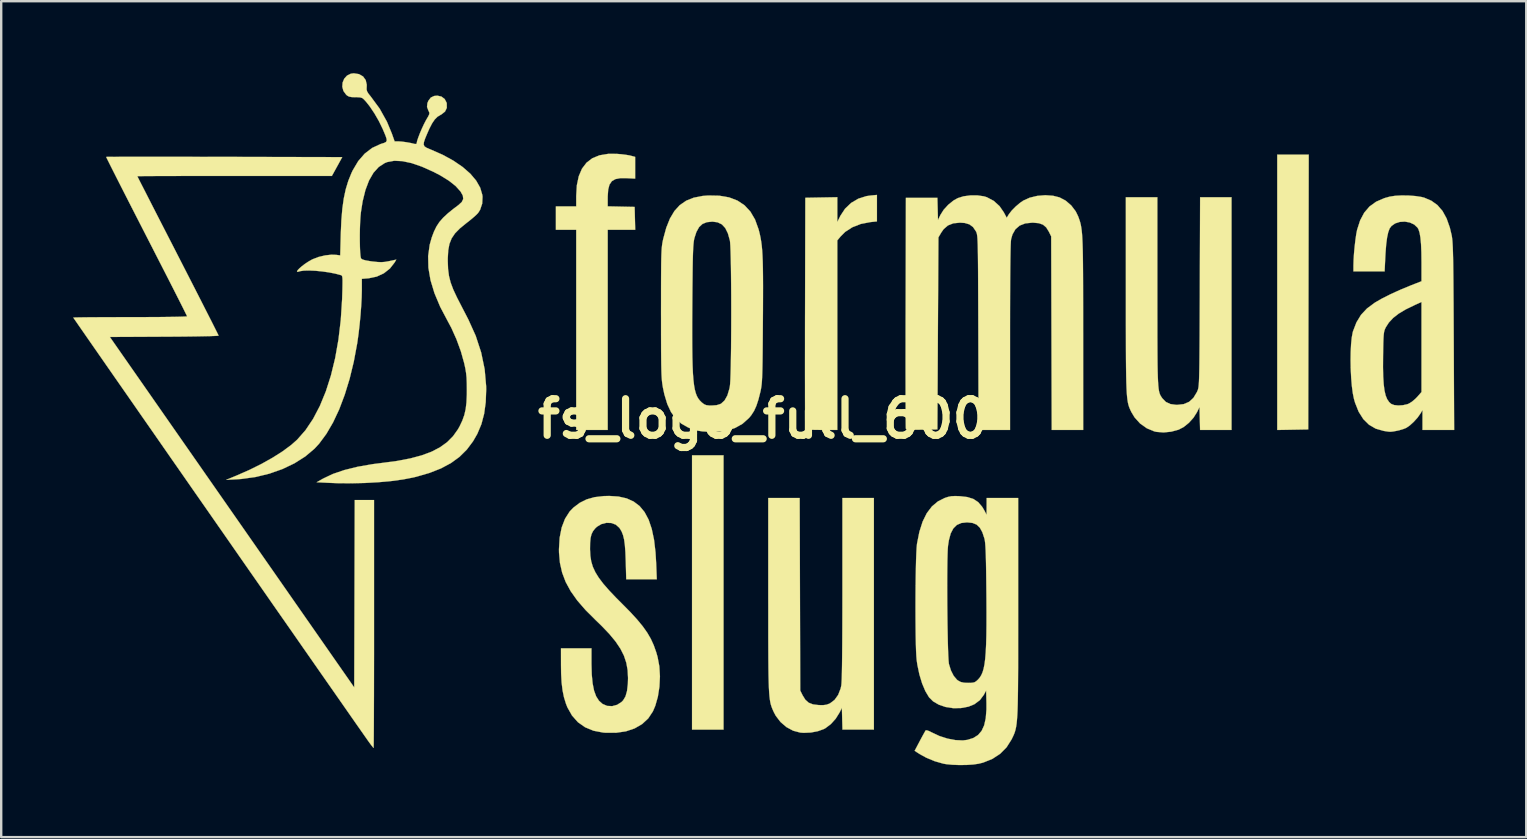
<source format=kicad_pcb>
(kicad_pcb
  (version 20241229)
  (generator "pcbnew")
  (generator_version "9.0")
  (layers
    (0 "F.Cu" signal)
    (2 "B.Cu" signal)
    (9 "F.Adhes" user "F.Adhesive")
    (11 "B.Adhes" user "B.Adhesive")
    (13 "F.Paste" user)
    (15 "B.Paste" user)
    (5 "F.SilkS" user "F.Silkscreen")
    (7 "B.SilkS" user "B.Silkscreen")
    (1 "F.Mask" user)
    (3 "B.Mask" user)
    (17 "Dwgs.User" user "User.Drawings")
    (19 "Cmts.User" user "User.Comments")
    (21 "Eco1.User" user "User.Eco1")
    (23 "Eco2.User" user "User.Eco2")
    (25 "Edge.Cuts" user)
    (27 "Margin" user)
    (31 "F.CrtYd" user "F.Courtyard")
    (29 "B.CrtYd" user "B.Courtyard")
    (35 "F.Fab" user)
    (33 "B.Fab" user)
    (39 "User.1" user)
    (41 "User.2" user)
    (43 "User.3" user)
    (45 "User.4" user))
  (footprint "fs_logo_full_600"
    (layer "F.Cu")
    (at 28.749 14.398)
    (property "Reference" "fs_logo_full_600" (at 0 0 0) (layer "F.SilkS") (effects (font (size 1.524 1.524) (thickness 0.3))))
    (attr through_hole)
    (fp_poly (pts (xy -1.651 12.954) (xy -2.963 12.954) (xy -2.963 1.524) (xy -1.651 1.524) (xy -1.651 12.954)) (stroke (width 0.01) (type solid)) (fill yes) (layer "F.SilkS"))
    (fp_poly (pts (xy 22.723 -5.281) (xy 22.712 0.445) (xy 21.421 0.468) (xy 21.421 -11.007) (xy 22.733 -11.007) (xy 22.723 -5.281)) (stroke (width 0.01) (type solid)) (fill yes) (layer "F.SilkS"))
    (fp_poly (pts (xy -5.916 -11.022) (xy -5.721 -10.998) (xy -5.566 -10.972) (xy -5.535 -10.964) (xy -5.334 -10.912) (xy -5.334 -10.006) (xy -5.688 -10.024) (xy -5.957 -10.024) (xy -6.16 -9.984) (xy -6.306 -9.897) (xy -6.403 -9.755) (xy -6.457 -9.551) (xy -6.476 -9.274) (xy -6.477 -9.208) (xy -6.477 -8.85) (xy -5.916 -8.838) (xy -5.355 -8.826) (xy -5.331 -7.874) (xy -6.477 -7.874) (xy -6.477 0.466) (xy -7.789 0.466) (xy -7.789 -7.874) (xy -8.636 -7.874) (xy -8.636 -8.848) (xy -7.789 -8.848) (xy -7.789 -9.283) (xy -7.763 -9.728) (xy -7.683 -10.106) (xy -7.549 -10.42) (xy -7.36 -10.669) (xy -7.117 -10.855) (xy -6.818 -10.977) (xy -6.463 -11.036) (xy -6.117 -11.038) (xy -5.916 -11.022)) (stroke (width 0.01) (type solid)) (fill yes) (layer "F.SilkS"))
    (fp_poly (pts (xy 4.741 -8.223) (xy 4.462 -8.193) (xy 4.065 -8.116) (xy 3.714 -7.978) (xy 3.415 -7.784) (xy 3.221 -7.589) (xy 3.09 -7.431) (xy 3.09 0.466) (xy 2.433 0.466) (xy 2.163 0.464) (xy 1.969 0.457) (xy 1.842 0.446) (xy 1.773 0.429) (xy 1.755 0.413) (xy 1.753 0.364) (xy 1.75 0.236) (xy 1.748 0.035) (xy 1.747 -0.235) (xy 1.745 -0.568) (xy 1.744 -0.959) (xy 1.744 -1.402) (xy 1.743 -1.891) (xy 1.743 -2.423) (xy 1.744 -2.99) (xy 1.744 -3.587) (xy 1.745 -4.21) (xy 1.746 -4.424) (xy 1.757 -9.207) (xy 2.424 -9.219) (xy 3.09 -9.231) (xy 3.09 -8.199) (xy 3.218 -8.456) (xy 3.412 -8.751) (xy 3.664 -8.992) (xy 3.964 -9.169) (xy 4.301 -9.276) (xy 4.462 -9.299) (xy 4.741 -9.326) (xy 4.741 -8.223)) (stroke (width 0.01) (type solid)) (fill yes) (layer "F.SilkS"))
    (fp_poly (pts (xy 1.534 7.313) (xy 1.545 11.324) (xy 1.645 11.526) (xy 1.76 11.711) (xy 1.897 11.832) (xy 2.076 11.902) (xy 2.311 11.931) (xy 2.495 11.934) (xy 2.629 11.918) (xy 2.748 11.876) (xy 2.789 11.856) (xy 2.976 11.715) (xy 3.125 11.507) (xy 3.227 11.245) (xy 3.256 11.118) (xy 3.265 11.02) (xy 3.274 10.844) (xy 3.281 10.588) (xy 3.287 10.251) (xy 3.292 9.832) (xy 3.296 9.332) (xy 3.299 8.75) (xy 3.301 8.084) (xy 3.302 7.334) (xy 3.302 7.077) (xy 3.302 3.302) (xy 4.614 3.302) (xy 4.614 12.954) (xy 3.305 12.954) (xy 3.293 12.499) (xy 3.281 12.044) (xy 3.184 12.241) (xy 3.023 12.499) (xy 2.819 12.725) (xy 2.592 12.896) (xy 2.526 12.931) (xy 2.278 13.02) (xy 1.987 13.075) (xy 1.69 13.088) (xy 1.545 13.077) (xy 1.25 12.999) (xy 0.971 12.849) (xy 0.724 12.637) (xy 0.525 12.377) (xy 0.445 12.227) (xy 0.408 12.145) (xy 0.375 12.068) (xy 0.346 11.99) (xy 0.32 11.907) (xy 0.298 11.812) (xy 0.28 11.701) (xy 0.264 11.569) (xy 0.251 11.409) (xy 0.24 11.217) (xy 0.232 10.986) (xy 0.225 10.713) (xy 0.22 10.391) (xy 0.217 10.014) (xy 0.215 9.579) (xy 0.213 9.078) (xy 0.213 8.508) (xy 0.213 7.862) (xy 0.212 7.355) (xy 0.212 3.302) (xy 1.522 3.302) (xy 1.534 7.313)) (stroke (width 0.01) (type solid)) (fill yes) (layer "F.SilkS"))
    (fp_poly (pts (xy 16.425 -5.298) (xy 16.425 -4.614) (xy 16.426 -4.008) (xy 16.426 -3.477) (xy 16.428 -3.015) (xy 16.43 -2.616) (xy 16.433 -2.276) (xy 16.438 -1.988) (xy 16.445 -1.749) (xy 16.454 -1.551) (xy 16.464 -1.391) (xy 16.477 -1.263) (xy 16.493 -1.161) (xy 16.512 -1.081) (xy 16.534 -1.017) (xy 16.56 -0.964) (xy 16.589 -0.916) (xy 16.622 -0.868) (xy 16.635 -0.849) (xy 16.782 -0.699) (xy 16.972 -0.611) (xy 17.217 -0.578) (xy 17.251 -0.578) (xy 17.523 -0.609) (xy 17.747 -0.704) (xy 17.927 -0.868) (xy 18.071 -1.106) (xy 18.109 -1.193) (xy 18.121 -1.229) (xy 18.132 -1.275) (xy 18.142 -1.337) (xy 18.15 -1.418) (xy 18.158 -1.526) (xy 18.164 -1.664) (xy 18.169 -1.839) (xy 18.174 -2.055) (xy 18.178 -2.318) (xy 18.181 -2.632) (xy 18.184 -3.005) (xy 18.187 -3.439) (xy 18.189 -3.942) (xy 18.191 -4.518) (xy 18.194 -5.172) (xy 18.194 -5.302) (xy 18.207 -9.229) (xy 19.516 -9.229) (xy 19.516 0.466) (xy 18.206 0.466) (xy 18.194 -0.011) (xy 18.182 -0.487) (xy 18.078 -0.275) (xy 17.933 -0.045) (xy 17.741 0.169) (xy 17.523 0.344) (xy 17.313 0.455) (xy 17.003 0.539) (xy 16.684 0.571) (xy 16.387 0.547) (xy 16.298 0.527) (xy 15.987 0.398) (xy 15.708 0.2) (xy 15.476 -0.057) (xy 15.344 -0.276) (xy 15.307 -0.352) (xy 15.275 -0.424) (xy 15.246 -0.497) (xy 15.221 -0.578) (xy 15.199 -0.671) (xy 15.181 -0.781) (xy 15.165 -0.914) (xy 15.152 -1.075) (xy 15.142 -1.269) (xy 15.133 -1.503) (xy 15.127 -1.78) (xy 15.122 -2.106) (xy 15.118 -2.487) (xy 15.116 -2.928) (xy 15.115 -3.434) (xy 15.114 -4.011) (xy 15.114 -4.663) (xy 15.114 -5.154) (xy 15.113 -9.229) (xy 16.425 -9.229) (xy 16.425 -5.298)) (stroke (width 0.01) (type solid)) (fill yes) (layer "F.SilkS"))
    (fp_poly (pts (xy -6.029 3.242) (xy -5.69 3.318) (xy -5.397 3.45) (xy -5.148 3.639) (xy -4.941 3.889) (xy -4.773 4.204) (xy -4.643 4.587) (xy -4.547 5.04) (xy -4.485 5.567) (xy -4.458 6.022) (xy -4.432 6.689) (xy -5.705 6.689) (xy -5.726 5.916) (xy -5.74 5.555) (xy -5.762 5.265) (xy -5.793 5.035) (xy -5.838 4.851) (xy -5.897 4.7) (xy -5.974 4.571) (xy -5.995 4.542) (xy -6.142 4.412) (xy -6.328 4.344) (xy -6.533 4.337) (xy -6.739 4.389) (xy -6.926 4.501) (xy -7.002 4.573) (xy -7.092 4.689) (xy -7.153 4.815) (xy -7.191 4.969) (xy -7.21 5.17) (xy -7.214 5.435) (xy -7.213 5.461) (xy -7.2 5.714) (xy -7.163 5.947) (xy -7.096 6.171) (xy -6.993 6.394) (xy -6.85 6.625) (xy -6.661 6.875) (xy -6.42 7.151) (xy -6.122 7.465) (xy -5.885 7.702) (xy -5.539 8.052) (xy -5.253 8.364) (xy -5.019 8.647) (xy -4.83 8.914) (xy -4.678 9.176) (xy -4.556 9.445) (xy -4.455 9.731) (xy -4.399 9.927) (xy -4.326 10.316) (xy -4.301 10.736) (xy -4.322 11.165) (xy -4.387 11.581) (xy -4.494 11.959) (xy -4.593 12.192) (xy -4.787 12.485) (xy -5.043 12.722) (xy -5.355 12.903) (xy -5.718 13.025) (xy -6.129 13.085) (xy -6.582 13.083) (xy -6.668 13.076) (xy -7.068 13) (xy -7.418 12.856) (xy -7.718 12.645) (xy -7.964 12.368) (xy -8.157 12.026) (xy -8.219 11.868) (xy -8.3 11.603) (xy -8.358 11.319) (xy -8.397 10.998) (xy -8.418 10.624) (xy -8.423 10.276) (xy -8.424 9.567) (xy -7.154 9.567) (xy -7.154 10.213) (xy -7.142 10.658) (xy -7.106 11.028) (xy -7.046 11.329) (xy -6.958 11.568) (xy -6.841 11.75) (xy -6.693 11.883) (xy -6.693 11.883) (xy -6.501 11.965) (xy -6.29 11.976) (xy -6.081 11.919) (xy -5.896 11.798) (xy -5.833 11.733) (xy -5.736 11.57) (xy -5.672 11.344) (xy -5.637 11.049) (xy -5.63 10.802) (xy -5.647 10.474) (xy -5.702 10.168) (xy -5.8 9.874) (xy -5.946 9.584) (xy -6.146 9.286) (xy -6.405 8.972) (xy -6.729 8.633) (xy -6.981 8.389) (xy -7.401 7.97) (xy -7.746 7.572) (xy -8.02 7.185) (xy -8.229 6.801) (xy -8.376 6.411) (xy -8.467 6.007) (xy -8.506 5.579) (xy -8.508 5.44) (xy -8.479 4.956) (xy -8.395 4.531) (xy -8.255 4.167) (xy -8.062 3.865) (xy -7.913 3.709) (xy -7.646 3.506) (xy -7.356 3.361) (xy -7.027 3.268) (xy -6.645 3.223) (xy -6.416 3.217) (xy -6.029 3.242)) (stroke (width 0.01) (type solid)) (fill yes) (layer "F.SilkS"))
    (fp_poly (pts (xy 12.08 -9.291) (xy 12.349 -9.223) (xy 12.605 -9.088) (xy 12.837 -8.888) (xy 13.023 -8.643) (xy 13.122 -8.441) (xy 13.156 -8.35) (xy 13.186 -8.264) (xy 13.213 -8.175) (xy 13.236 -8.08) (xy 13.255 -7.973) (xy 13.272 -7.848) (xy 13.287 -7.7) (xy 13.298 -7.523) (xy 13.308 -7.312) (xy 13.316 -7.062) (xy 13.322 -6.766) (xy 13.326 -6.42) (xy 13.329 -6.019) (xy 13.331 -5.555) (xy 13.332 -5.025) (xy 13.333 -4.423) (xy 13.333 -3.743) (xy 13.334 -3.545) (xy 13.335 0.466) (xy 12.024 0.466) (xy 12.013 -3.567) (xy 12.002 -7.599) (xy 11.903 -7.798) (xy 11.795 -7.971) (xy 11.663 -8.085) (xy 11.489 -8.148) (xy 11.256 -8.169) (xy 11.213 -8.17) (xy 10.922 -8.14) (xy 10.689 -8.049) (xy 10.512 -7.897) (xy 10.389 -7.68) (xy 10.333 -7.489) (xy 10.323 -7.404) (xy 10.315 -7.238) (xy 10.308 -6.99) (xy 10.302 -6.661) (xy 10.297 -6.249) (xy 10.293 -5.755) (xy 10.29 -5.178) (xy 10.288 -4.517) (xy 10.287 -3.773) (xy 10.287 -3.406) (xy 10.287 0.466) (xy 8.976 0.466) (xy 8.965 -3.588) (xy 8.963 -4.264) (xy 8.961 -4.861) (xy 8.959 -5.383) (xy 8.957 -5.837) (xy 8.955 -6.226) (xy 8.952 -6.557) (xy 8.949 -6.835) (xy 8.945 -7.064) (xy 8.941 -7.25) (xy 8.935 -7.399) (xy 8.929 -7.515) (xy 8.921 -7.603) (xy 8.912 -7.669) (xy 8.902 -7.719) (xy 8.89 -7.756) (xy 8.877 -7.787) (xy 8.865 -7.811) (xy 8.745 -7.987) (xy 8.595 -8.099) (xy 8.399 -8.157) (xy 8.2 -8.17) (xy 7.923 -8.143) (xy 7.701 -8.055) (xy 7.523 -7.903) (xy 7.42 -7.756) (xy 7.303 -7.556) (xy 7.281 -3.556) (xy 7.26 0.445) (xy 6.614 0.456) (xy 6.351 0.459) (xy 6.163 0.457) (xy 6.039 0.448) (xy 5.97 0.433) (xy 5.947 0.414) (xy 5.944 0.365) (xy 5.942 0.237) (xy 5.94 0.036) (xy 5.938 -0.235) (xy 5.937 -0.568) (xy 5.935 -0.959) (xy 5.935 -1.402) (xy 5.934 -1.891) (xy 5.934 -2.423) (xy 5.935 -2.99) (xy 5.935 -3.587) (xy 5.936 -4.21) (xy 5.937 -4.424) (xy 5.948 -9.207) (xy 7.26 -9.207) (xy 7.272 -8.743) (xy 7.284 -8.279) (xy 7.384 -8.489) (xy 7.52 -8.705) (xy 7.711 -8.915) (xy 7.93 -9.092) (xy 8.107 -9.192) (xy 8.348 -9.268) (xy 8.633 -9.306) (xy 8.926 -9.307) (xy 9.197 -9.268) (xy 9.32 -9.231) (xy 9.608 -9.078) (xy 9.851 -8.858) (xy 10.028 -8.601) (xy 10.149 -8.375) (xy 10.239 -8.522) (xy 10.357 -8.674) (xy 10.521 -8.841) (xy 10.703 -8.995) (xy 10.837 -9.088) (xy 11.106 -9.21) (xy 11.421 -9.286) (xy 11.755 -9.314) (xy 12.08 -9.291)) (stroke (width 0.01) (type solid)) (fill yes) (layer "F.SilkS"))
    (fp_poly (pts (xy 26.897 -9.3) (xy 27.182 -9.279) (xy 27.429 -9.241) (xy 27.544 -9.212) (xy 27.845 -9.083) (xy 28.098 -8.9) (xy 28.308 -8.656) (xy 28.478 -8.346) (xy 28.612 -7.966) (xy 28.688 -7.649) (xy 28.7 -7.581) (xy 28.71 -7.5) (xy 28.72 -7.402) (xy 28.728 -7.28) (xy 28.736 -7.129) (xy 28.742 -6.944) (xy 28.748 -6.719) (xy 28.753 -6.449) (xy 28.757 -6.128) (xy 28.761 -5.751) (xy 28.764 -5.312) (xy 28.768 -4.806) (xy 28.771 -4.228) (xy 28.774 -3.572) (xy 28.775 -3.418) (xy 28.792 0.466) (xy 27.474 0.466) (xy 27.474 -0.36) (xy 27.385 -0.212) (xy 27.266 -0.044) (xy 27.111 0.127) (xy 26.948 0.276) (xy 26.801 0.378) (xy 26.796 0.381) (xy 26.668 0.432) (xy 26.502 0.481) (xy 26.396 0.504) (xy 26.256 0.53) (xy 26.16 0.541) (xy 26.075 0.54) (xy 25.965 0.525) (xy 25.851 0.506) (xy 25.525 0.413) (xy 25.245 0.25) (xy 25.008 0.016) (xy 24.814 -0.29) (xy 24.663 -0.669) (xy 24.618 -0.826) (xy 24.569 -1.067) (xy 24.53 -1.365) (xy 24.502 -1.703) (xy 24.484 -2.062) (xy 24.482 -2.15) (xy 25.828 -2.15) (xy 25.836 -1.758) (xy 25.857 -1.436) (xy 25.89 -1.176) (xy 25.938 -0.97) (xy 26.003 -0.812) (xy 26.084 -0.694) (xy 26.171 -0.617) (xy 26.294 -0.57) (xy 26.466 -0.552) (xy 26.658 -0.564) (xy 26.838 -0.604) (xy 26.904 -0.63) (xy 27.028 -0.706) (xy 27.165 -0.82) (xy 27.254 -0.91) (xy 27.432 -1.113) (xy 27.432 -4.865) (xy 27.156 -4.741) (xy 26.781 -4.559) (xy 26.481 -4.38) (xy 26.247 -4.197) (xy 26.068 -4.003) (xy 25.945 -3.81) (xy 25.914 -3.745) (xy 25.889 -3.68) (xy 25.871 -3.603) (xy 25.858 -3.5) (xy 25.848 -3.361) (xy 25.841 -3.173) (xy 25.836 -2.923) (xy 25.831 -2.618) (xy 25.828 -2.15) (xy 24.482 -2.15) (xy 24.477 -2.428) (xy 24.482 -2.781) (xy 24.498 -3.106) (xy 24.526 -3.385) (xy 24.566 -3.602) (xy 24.577 -3.641) (xy 24.721 -4.015) (xy 24.912 -4.329) (xy 25.163 -4.597) (xy 25.485 -4.835) (xy 25.502 -4.846) (xy 25.793 -5.013) (xy 26.149 -5.192) (xy 26.554 -5.376) (xy 26.989 -5.556) (xy 27.019 -5.568) (xy 27.432 -5.729) (xy 27.432 -6.516) (xy 27.427 -6.934) (xy 27.413 -7.274) (xy 27.388 -7.543) (xy 27.353 -7.747) (xy 27.306 -7.893) (xy 27.269 -7.959) (xy 27.127 -8.093) (xy 26.943 -8.178) (xy 26.737 -8.214) (xy 26.527 -8.201) (xy 26.336 -8.14) (xy 26.181 -8.032) (xy 26.104 -7.928) (xy 26.046 -7.773) (xy 25.998 -7.551) (xy 25.96 -7.259) (xy 25.932 -6.89) (xy 25.923 -6.725) (xy 25.895 -6.138) (xy 24.596 -6.138) (xy 24.596 -6.382) (xy 24.603 -6.615) (xy 24.62 -6.888) (xy 24.647 -7.176) (xy 24.679 -7.454) (xy 24.714 -7.697) (xy 24.749 -7.874) (xy 24.875 -8.265) (xy 25.045 -8.586) (xy 25.266 -8.844) (xy 25.543 -9.044) (xy 25.882 -9.191) (xy 26.109 -9.255) (xy 26.332 -9.289) (xy 26.604 -9.304) (xy 26.897 -9.3)) (stroke (width 0.01) (type solid)) (fill yes) (layer "F.SilkS"))
    (fp_poly (pts (xy -1.824 -9.293) (xy -1.419 -9.223) (xy -1.07 -9.09) (xy -0.775 -8.893) (xy -0.531 -8.63) (xy -0.338 -8.301) (xy -0.194 -7.903) (xy -0.173 -7.826) (xy -0.137 -7.679) (xy -0.107 -7.533) (xy -0.081 -7.381) (xy -0.059 -7.216) (xy -0.042 -7.029) (xy -0.029 -6.815) (xy -0.018 -6.566) (xy -0.011 -6.273) (xy -0.007 -5.931) (xy -0.005 -5.531) (xy -0.006 -5.067) (xy -0.008 -4.531) (xy -0.011 -4.085) (xy -0.015 -3.549) (xy -0.018 -3.091) (xy -0.022 -2.703) (xy -0.026 -2.377) (xy -0.031 -2.108) (xy -0.037 -1.886) (xy -0.044 -1.706) (xy -0.052 -1.56) (xy -0.062 -1.441) (xy -0.074 -1.341) (xy -0.088 -1.254) (xy -0.104 -1.171) (xy -0.115 -1.122) (xy -0.198 -0.795) (xy -0.284 -0.535) (xy -0.38 -0.325) (xy -0.494 -0.148) (xy -0.592 -0.03) (xy -0.861 0.211) (xy -1.17 0.384) (xy -1.485 0.485) (xy -1.712 0.522) (xy -1.982 0.542) (xy -2.265 0.543) (xy -2.531 0.527) (xy -2.75 0.493) (xy -2.783 0.485) (xy -3.123 0.366) (xy -3.409 0.204) (xy -3.646 -0.008) (xy -3.839 -0.278) (xy -3.994 -0.61) (xy -4.116 -1.014) (xy -4.175 -1.291) (xy -4.191 -1.384) (xy -4.205 -1.479) (xy -4.217 -1.584) (xy -4.227 -1.707) (xy -4.235 -1.854) (xy -4.241 -2.033) (xy -4.246 -2.25) (xy -4.249 -2.513) (xy -4.252 -2.83) (xy -4.253 -3.207) (xy -4.254 -3.513) (xy -2.957 -3.513) (xy -2.955 -3.011) (xy -2.95 -2.577) (xy -2.94 -2.205) (xy -2.926 -1.889) (xy -2.906 -1.623) (xy -2.88 -1.402) (xy -2.848 -1.219) (xy -2.808 -1.07) (xy -2.762 -0.948) (xy -2.707 -0.849) (xy -2.643 -0.765) (xy -2.57 -0.691) (xy -2.558 -0.68) (xy -2.463 -0.606) (xy -2.373 -0.567) (xy -2.254 -0.552) (xy -2.147 -0.55) (xy -1.939 -0.565) (xy -1.786 -0.613) (xy -1.748 -0.633) (xy -1.605 -0.766) (xy -1.491 -0.971) (xy -1.406 -1.253) (xy -1.389 -1.338) (xy -1.377 -1.444) (xy -1.366 -1.625) (xy -1.357 -1.872) (xy -1.349 -2.176) (xy -1.343 -2.528) (xy -1.337 -2.919) (xy -1.334 -3.34) (xy -1.331 -3.781) (xy -1.33 -4.235) (xy -1.33 -4.691) (xy -1.331 -5.141) (xy -1.334 -5.576) (xy -1.338 -5.987) (xy -1.343 -6.364) (xy -1.35 -6.7) (xy -1.358 -6.984) (xy -1.367 -7.208) (xy -1.378 -7.363) (xy -1.386 -7.427) (xy -1.47 -7.726) (xy -1.58 -7.948) (xy -1.722 -8.1) (xy -1.902 -8.186) (xy -2.115 -8.213) (xy -2.347 -8.19) (xy -2.529 -8.116) (xy -2.671 -7.983) (xy -2.781 -7.783) (xy -2.863 -7.532) (xy -2.878 -7.466) (xy -2.891 -7.386) (xy -2.902 -7.287) (xy -2.912 -7.161) (xy -2.92 -7.002) (xy -2.927 -6.801) (xy -2.933 -6.554) (xy -2.938 -6.252) (xy -2.942 -5.888) (xy -2.947 -5.457) (xy -2.951 -4.95) (xy -2.952 -4.741) (xy -2.956 -4.088) (xy -2.957 -3.513) (xy -4.254 -3.513) (xy -4.254 -3.651) (xy -4.254 -4.17) (xy -4.255 -4.403) (xy -4.254 -4.948) (xy -4.254 -5.415) (xy -4.253 -5.813) (xy -4.251 -6.146) (xy -4.249 -6.424) (xy -4.245 -6.652) (xy -4.24 -6.838) (xy -4.233 -6.989) (xy -4.225 -7.113) (xy -4.214 -7.215) (xy -4.202 -7.304) (xy -4.187 -7.386) (xy -4.169 -7.469) (xy -4.164 -7.493) (xy -4.038 -7.956) (xy -3.884 -8.342) (xy -3.697 -8.656) (xy -3.473 -8.902) (xy -3.206 -9.086) (xy -2.892 -9.211) (xy -2.526 -9.283) (xy -2.286 -9.302) (xy -1.824 -9.293)) (stroke (width 0.01) (type solid)) (fill yes) (layer "F.SilkS"))
    (fp_poly (pts (xy -25.102 -10.915) (xy -24.571 -10.915) (xy -24.004 -10.914) (xy -23.404 -10.913) (xy -22.778 -10.912) (xy -22.45 -10.912) (xy -17.539 -10.901) (xy -17.754 -10.509) (xy -17.97 -10.118) (xy -22.023 -10.118) (xy -22.601 -10.118) (xy -23.155 -10.117) (xy -23.678 -10.117) (xy -24.164 -10.116) (xy -24.609 -10.115) (xy -25.006 -10.114) (xy -25.349 -10.113) (xy -25.633 -10.111) (xy -25.852 -10.11) (xy -26 -10.108) (xy -26.072 -10.106) (xy -26.077 -10.106) (xy -26.058 -10.067) (xy -26.004 -9.959) (xy -25.916 -9.786) (xy -25.797 -9.554) (xy -25.651 -9.268) (xy -25.481 -8.934) (xy -25.288 -8.557) (xy -25.076 -8.143) (xy -24.847 -7.697) (xy -24.604 -7.224) (xy -24.384 -6.795) (xy -24.132 -6.302) (xy -23.891 -5.832) (xy -23.664 -5.388) (xy -23.454 -4.977) (xy -23.264 -4.603) (xy -23.096 -4.273) (xy -22.953 -3.992) (xy -22.839 -3.764) (xy -22.755 -3.597) (xy -22.705 -3.494) (xy -22.691 -3.462) (xy -22.732 -3.456) (xy -22.85 -3.45) (xy -23.037 -3.443) (xy -23.285 -3.438) (xy -23.588 -3.432) (xy -23.936 -3.427) (xy -24.322 -3.423) (xy -24.739 -3.42) (xy -24.956 -3.419) (xy -27.222 -3.408) (xy -22.13 3.894) (xy -17.039 11.196) (xy -17.028 7.291) (xy -17.018 3.387) (xy -16.214 3.387) (xy -16.214 8.551) (xy -16.214 9.205) (xy -16.214 9.835) (xy -16.215 10.436) (xy -16.216 11.002) (xy -16.217 11.529) (xy -16.219 12.012) (xy -16.22 12.445) (xy -16.222 12.824) (xy -16.224 13.142) (xy -16.226 13.396) (xy -16.228 13.579) (xy -16.231 13.687) (xy -16.233 13.716) (xy -16.264 13.684) (xy -16.331 13.599) (xy -16.42 13.479) (xy -16.44 13.451) (xy -16.509 13.353) (xy -16.622 13.192) (xy -16.775 12.973) (xy -16.968 12.698) (xy -17.196 12.371) (xy -17.458 11.995) (xy -17.751 11.575) (xy -18.073 11.114) (xy -18.421 10.616) (xy -18.792 10.083) (xy -19.185 9.52) (xy -19.596 8.929) (xy -20.024 8.316) (xy -20.466 7.683) (xy -20.918 7.033) (xy -21.38 6.371) (xy -21.848 5.699) (xy -22.319 5.022) (xy -22.792 4.343) (xy -23.264 3.665) (xy -23.733 2.993) (xy -24.195 2.329) (xy -24.649 1.678) (xy -25.091 1.042) (xy -25.52 0.425) (xy -25.934 -0.169) (xy -26.328 -0.736) (xy -26.702 -1.273) (xy -27.053 -1.777) (xy -27.377 -2.243) (xy -27.673 -2.669) (xy -27.939 -3.051) (xy -28.171 -3.385) (xy -28.367 -3.668) (xy -28.525 -3.895) (xy -28.642 -4.065) (xy -28.716 -4.172) (xy -28.744 -4.214) (xy -28.744 -4.214) (xy -28.703 -4.218) (xy -28.585 -4.221) (xy -28.397 -4.224) (xy -28.148 -4.227) (xy -27.844 -4.229) (xy -27.493 -4.231) (xy -27.103 -4.232) (xy -26.681 -4.233) (xy -26.374 -4.233) (xy -25.934 -4.234) (xy -25.522 -4.236) (xy -25.143 -4.238) (xy -24.805 -4.242) (xy -24.517 -4.246) (xy -24.286 -4.251) (xy -24.118 -4.257) (xy -24.023 -4.263) (xy -24.003 -4.268) (xy -24.022 -4.31) (xy -24.077 -4.421) (xy -24.165 -4.598) (xy -24.283 -4.833) (xy -24.429 -5.121) (xy -24.6 -5.458) (xy -24.793 -5.837) (xy -25.006 -6.253) (xy -25.235 -6.7) (xy -25.477 -7.174) (xy -25.695 -7.599) (xy -25.947 -8.091) (xy -26.187 -8.56) (xy -26.413 -9.002) (xy -26.622 -9.412) (xy -26.811 -9.783) (xy -26.977 -10.111) (xy -27.118 -10.39) (xy -27.231 -10.615) (xy -27.313 -10.78) (xy -27.362 -10.88) (xy -27.374 -10.909) (xy -27.331 -10.911) (xy -27.208 -10.912) (xy -27.012 -10.913) (xy -26.746 -10.914) (xy -26.417 -10.915) (xy -26.03 -10.915) (xy -25.59 -10.915) (xy -25.102 -10.915)) (stroke (width 0.01) (type solid)) (fill yes) (layer "F.SilkS"))
    (fp_poly (pts (xy 8.191 3.227) (xy 8.507 3.263) (xy 8.759 3.343) (xy 8.962 3.477) (xy 9.128 3.672) (xy 9.222 3.831) (xy 9.31 4) (xy 9.313 3.302) (xy 10.626 3.302) (xy 10.626 7.849) (xy 10.626 8.6) (xy 10.625 9.272) (xy 10.625 9.868) (xy 10.624 10.396) (xy 10.621 10.858) (xy 10.618 11.261) (xy 10.613 11.609) (xy 10.607 11.908) (xy 10.599 12.162) (xy 10.588 12.377) (xy 10.575 12.557) (xy 10.56 12.707) (xy 10.541 12.833) (xy 10.519 12.94) (xy 10.494 13.032) (xy 10.466 13.114) (xy 10.433 13.192) (xy 10.396 13.27) (xy 10.355 13.354) (xy 10.351 13.363) (xy 10.144 13.689) (xy 9.875 13.961) (xy 9.548 14.175) (xy 9.168 14.327) (xy 8.982 14.374) (xy 8.756 14.407) (xy 8.479 14.425) (xy 8.178 14.429) (xy 7.884 14.418) (xy 7.627 14.393) (xy 7.508 14.372) (xy 7.149 14.27) (xy 6.796 14.123) (xy 6.524 13.973) (xy 6.312 13.837) (xy 6.528 13.427) (xy 6.619 13.257) (xy 6.697 13.115) (xy 6.752 13.017) (xy 6.775 12.982) (xy 6.825 12.983) (xy 6.924 13.019) (xy 7.033 13.074) (xy 7.347 13.221) (xy 7.681 13.328) (xy 8.012 13.39) (xy 8.319 13.404) (xy 8.515 13.38) (xy 8.76 13.302) (xy 8.955 13.178) (xy 9.104 13.004) (xy 9.21 12.773) (xy 9.275 12.48) (xy 9.304 12.117) (xy 9.304 11.847) (xy 9.292 11.324) (xy 9.198 11.5) (xy 9.031 11.725) (xy 8.802 11.896) (xy 8.555 11.997) (xy 8.236 12.056) (xy 7.913 12.059) (xy 7.602 12.011) (xy 7.32 11.915) (xy 7.082 11.776) (xy 6.913 11.608) (xy 6.76 11.353) (xy 6.624 11.031) (xy 6.511 10.659) (xy 6.426 10.255) (xy 6.397 10.054) (xy 6.384 9.897) (xy 6.372 9.669) (xy 6.363 9.38) (xy 6.356 9.043) (xy 6.352 8.666) (xy 6.349 8.263) (xy 6.348 7.844) (xy 6.349 7.419) (xy 6.352 7) (xy 6.353 6.949) (xy 7.669 6.949) (xy 7.67 7.351) (xy 7.672 7.762) (xy 7.676 8.173) (xy 7.681 8.573) (xy 7.688 8.953) (xy 7.695 9.302) (xy 7.704 9.611) (xy 7.714 9.869) (xy 7.725 10.067) (xy 7.737 10.194) (xy 7.742 10.223) (xy 7.825 10.489) (xy 7.938 10.711) (xy 8.073 10.872) (xy 8.124 10.911) (xy 8.237 10.97) (xy 8.369 10.999) (xy 8.541 11.007) (xy 8.695 11.003) (xy 8.795 10.985) (xy 8.872 10.942) (xy 8.954 10.867) (xy 9.026 10.784) (xy 9.088 10.684) (xy 9.142 10.563) (xy 9.186 10.414) (xy 9.223 10.23) (xy 9.252 10.007) (xy 9.274 9.737) (xy 9.29 9.415) (xy 9.301 9.034) (xy 9.306 8.589) (xy 9.307 8.073) (xy 9.304 7.481) (xy 9.302 7.279) (xy 9.297 6.781) (xy 9.292 6.361) (xy 9.286 6.011) (xy 9.279 5.724) (xy 9.271 5.494) (xy 9.261 5.314) (xy 9.25 5.176) (xy 9.237 5.073) (xy 9.222 4.999) (xy 9.221 4.995) (xy 9.133 4.728) (xy 9.027 4.537) (xy 8.893 4.41) (xy 8.721 4.341) (xy 8.5 4.318) (xy 8.488 4.318) (xy 8.256 4.344) (xy 8.07 4.426) (xy 7.925 4.569) (xy 7.815 4.779) (xy 7.739 5.06) (xy 7.702 5.299) (xy 7.692 5.434) (xy 7.684 5.638) (xy 7.677 5.901) (xy 7.673 6.214) (xy 7.67 6.567) (xy 7.669 6.949) (xy 6.353 6.949) (xy 6.357 6.598) (xy 6.364 6.223) (xy 6.372 5.888) (xy 6.383 5.602) (xy 6.395 5.377) (xy 6.409 5.224) (xy 6.411 5.207) (xy 6.51 4.709) (xy 6.645 4.286) (xy 6.818 3.936) (xy 7.031 3.655) (xy 7.284 3.443) (xy 7.56 3.304) (xy 7.705 3.256) (xy 7.84 3.229) (xy 7.997 3.221) (xy 8.191 3.227)) (stroke (width 0.01) (type solid)) (fill yes) (layer "F.SilkS"))
    (fp_poly (pts (xy -16.839 -14.359) (xy -16.671 -14.262) (xy -16.561 -14.111) (xy -16.517 -13.916) (xy -16.52 -13.827) (xy -16.524 -13.723) (xy -16.502 -13.637) (xy -16.443 -13.541) (xy -16.362 -13.441) (xy -15.981 -12.924) (xy -15.676 -12.377) (xy -15.472 -11.885) (xy -15.356 -11.557) (xy -15.198 -11.557) (xy -15.053 -11.547) (xy -14.865 -11.522) (xy -14.675 -11.488) (xy -14.522 -11.451) (xy -14.51 -11.448) (xy -14.447 -11.452) (xy -14.436 -11.487) (xy -14.418 -11.576) (xy -14.37 -11.72) (xy -14.302 -11.898) (xy -14.22 -12.089) (xy -14.134 -12.274) (xy -14.053 -12.431) (xy -14.029 -12.472) (xy -13.951 -12.606) (xy -13.912 -12.691) (xy -13.908 -12.751) (xy -13.933 -12.811) (xy -13.946 -12.833) (xy -14.006 -12.993) (xy -13.989 -13.155) (xy -13.948 -13.251) (xy -13.848 -13.383) (xy -13.709 -13.449) (xy -13.576 -13.462) (xy -13.405 -13.424) (xy -13.269 -13.321) (xy -13.19 -13.169) (xy -13.184 -13.142) (xy -13.182 -12.952) (xy -13.257 -12.798) (xy -13.409 -12.678) (xy -13.444 -12.661) (xy -13.571 -12.583) (xy -13.683 -12.471) (xy -13.792 -12.312) (xy -13.906 -12.092) (xy -13.997 -11.886) (xy -14.085 -11.675) (xy -14.135 -11.526) (xy -14.145 -11.424) (xy -14.113 -11.352) (xy -14.034 -11.296) (xy -13.906 -11.24) (xy -13.864 -11.223) (xy -13.353 -10.998) (xy -12.904 -10.752) (xy -12.519 -10.488) (xy -12.202 -10.211) (xy -11.958 -9.922) (xy -11.79 -9.627) (xy -11.702 -9.328) (xy -11.693 -9.249) (xy -11.707 -8.963) (xy -11.794 -8.706) (xy -11.878 -8.574) (xy -11.952 -8.497) (xy -12.075 -8.387) (xy -12.23 -8.258) (xy -12.368 -8.15) (xy -12.637 -7.931) (xy -12.838 -7.726) (xy -12.98 -7.517) (xy -13.072 -7.285) (xy -13.123 -7.013) (xy -13.141 -6.683) (xy -13.141 -6.562) (xy -13.129 -6.236) (xy -13.091 -5.949) (xy -13.022 -5.675) (xy -12.915 -5.389) (xy -12.764 -5.066) (xy -12.728 -4.995) (xy -12.633 -4.811) (xy -12.515 -4.581) (xy -12.389 -4.338) (xy -12.283 -4.132) (xy -11.976 -3.453) (xy -11.75 -2.762) (xy -11.605 -2.064) (xy -11.543 -1.363) (xy -11.54 -1.228) (xy -11.56 -0.687) (xy -11.626 -0.206) (xy -11.741 0.229) (xy -11.91 0.63) (xy -12.088 0.939) (xy -12.348 1.286) (xy -12.653 1.588) (xy -13.009 1.847) (xy -13.423 2.069) (xy -13.904 2.258) (xy -14.457 2.418) (xy -14.584 2.448) (xy -15.001 2.529) (xy -15.484 2.595) (xy -16.018 2.644) (xy -16.584 2.676) (xy -17.165 2.69) (xy -17.746 2.685) (xy -18.076 2.672) (xy -18.605 2.646) (xy -18.33 2.491) (xy -17.93 2.301) (xy -17.451 2.138) (xy -16.898 2.001) (xy -16.273 1.892) (xy -15.875 1.841) (xy -15.249 1.758) (xy -14.701 1.653) (xy -14.224 1.525) (xy -13.813 1.372) (xy -13.463 1.189) (xy -13.168 0.976) (xy -12.922 0.728) (xy -12.72 0.444) (xy -12.646 0.313) (xy -12.533 0.073) (xy -12.451 -0.158) (xy -12.395 -0.402) (xy -12.362 -0.68) (xy -12.347 -1.01) (xy -12.346 -1.206) (xy -12.349 -1.487) (xy -12.358 -1.711) (xy -12.378 -1.905) (xy -12.409 -2.096) (xy -12.456 -2.311) (xy -12.457 -2.315) (xy -12.595 -2.809) (xy -12.779 -3.311) (xy -12.993 -3.788) (xy -13.138 -4.058) (xy -13.456 -4.661) (xy -13.696 -5.232) (xy -13.86 -5.774) (xy -13.948 -6.289) (xy -13.959 -6.779) (xy -13.895 -7.247) (xy -13.808 -7.556) (xy -13.715 -7.801) (xy -13.613 -8.01) (xy -13.49 -8.197) (xy -13.335 -8.375) (xy -13.136 -8.56) (xy -12.882 -8.765) (xy -12.7 -8.901) (xy -12.558 -9.031) (xy -12.497 -9.159) (xy -12.514 -9.3) (xy -12.608 -9.466) (xy -12.613 -9.473) (xy -12.815 -9.697) (xy -13.097 -9.92) (xy -13.459 -10.143) (xy -13.737 -10.288) (xy -14.22 -10.504) (xy -14.653 -10.653) (xy -15.037 -10.734) (xy -15.372 -10.749) (xy -15.661 -10.696) (xy -15.769 -10.653) (xy -16.02 -10.489) (xy -16.238 -10.248) (xy -16.422 -9.929) (xy -16.572 -9.533) (xy -16.689 -9.06) (xy -16.762 -8.595) (xy -16.78 -8.402) (xy -16.794 -8.17) (xy -16.803 -7.913) (xy -16.807 -7.646) (xy -16.806 -7.384) (xy -16.801 -7.143) (xy -16.792 -6.936) (xy -16.778 -6.78) (xy -16.76 -6.689) (xy -16.753 -6.676) (xy -16.691 -6.634) (xy -16.564 -6.598) (xy -16.365 -6.564) (xy -16.292 -6.554) (xy -16.076 -6.531) (xy -15.911 -6.524) (xy -15.764 -6.535) (xy -15.604 -6.563) (xy -15.585 -6.567) (xy -15.286 -6.631) (xy -15.358 -6.508) (xy -15.552 -6.259) (xy -15.804 -6.061) (xy -16.101 -5.923) (xy -16.429 -5.854) (xy -16.451 -5.852) (xy -16.722 -5.83) (xy -16.722 -5.356) (xy -16.729 -5.062) (xy -16.748 -4.709) (xy -16.777 -4.321) (xy -16.815 -3.924) (xy -16.859 -3.54) (xy -16.907 -3.195) (xy -16.915 -3.142) (xy -17.057 -2.381) (xy -17.231 -1.665) (xy -17.435 -1.001) (xy -17.665 -0.392) (xy -17.921 0.153) (xy -18.2 0.631) (xy -18.499 1.035) (xy -18.696 1.249) (xy -19.079 1.572) (xy -19.528 1.856) (xy -20.03 2.096) (xy -20.575 2.288) (xy -21.15 2.428) (xy -21.744 2.51) (xy -21.946 2.524) (xy -22.373 2.546) (xy -21.95 2.371) (xy -21.412 2.135) (xy -20.904 1.883) (xy -20.437 1.621) (xy -20.022 1.357) (xy -19.669 1.096) (xy -19.418 0.874) (xy -19.07 0.478) (xy -18.754 0.007) (xy -18.471 -0.534) (xy -18.222 -1.14) (xy -18.009 -1.806) (xy -17.833 -2.528) (xy -17.696 -3.301) (xy -17.599 -4.12) (xy -17.544 -4.981) (xy -17.54 -5.107) (xy -17.531 -5.396) (xy -17.527 -5.612) (xy -17.526 -5.765) (xy -17.531 -5.868) (xy -17.541 -5.93) (xy -17.558 -5.964) (xy -17.582 -5.98) (xy -17.594 -5.984) (xy -17.83 -6.047) (xy -18.099 -6.099) (xy -18.383 -6.139) (xy -18.662 -6.166) (xy -18.92 -6.177) (xy -19.136 -6.172) (xy -19.294 -6.149) (xy -19.322 -6.139) (xy -19.403 -6.119) (xy -19.424 -6.139) (xy -19.395 -6.191) (xy -19.324 -6.265) (xy -19.221 -6.355) (xy -19.095 -6.451) (xy -18.955 -6.544) (xy -18.812 -6.626) (xy -18.77 -6.647) (xy -18.525 -6.741) (xy -18.251 -6.806) (xy -17.984 -6.836) (xy -17.789 -6.828) (xy -17.623 -6.806) (xy -17.599 -7.71) (xy -17.575 -8.268) (xy -17.534 -8.755) (xy -17.474 -9.183) (xy -17.392 -9.565) (xy -17.286 -9.913) (xy -17.154 -10.239) (xy -17.101 -10.351) (xy -16.872 -10.736) (xy -16.603 -11.046) (xy -16.294 -11.283) (xy -15.945 -11.445) (xy -15.899 -11.46) (xy -15.79 -11.494) (xy -15.72 -11.53) (xy -15.687 -11.579) (xy -15.69 -11.657) (xy -15.728 -11.777) (xy -15.801 -11.953) (xy -15.856 -12.082) (xy -16.01 -12.399) (xy -16.194 -12.719) (xy -16.389 -13.01) (xy -16.544 -13.207) (xy -16.637 -13.308) (xy -16.709 -13.365) (xy -16.794 -13.39) (xy -16.92 -13.397) (xy -16.987 -13.397) (xy -17.15 -13.403) (xy -17.256 -13.424) (xy -17.335 -13.467) (xy -17.374 -13.501) (xy -17.489 -13.657) (xy -17.536 -13.832) (xy -17.523 -14.009) (xy -17.455 -14.17) (xy -17.339 -14.298) (xy -17.18 -14.377) (xy -17.055 -14.393) (xy -16.839 -14.359)) (stroke (width 0.01) (type solid)) (fill yes) (layer "F.SilkS")))
  (gr_rect
    (start -3 -3)
    (end 60.546 31.832)
    (stroke (width 0.1) (type default))
    (fill no)
    (layer "Edge.Cuts")))
</source>
